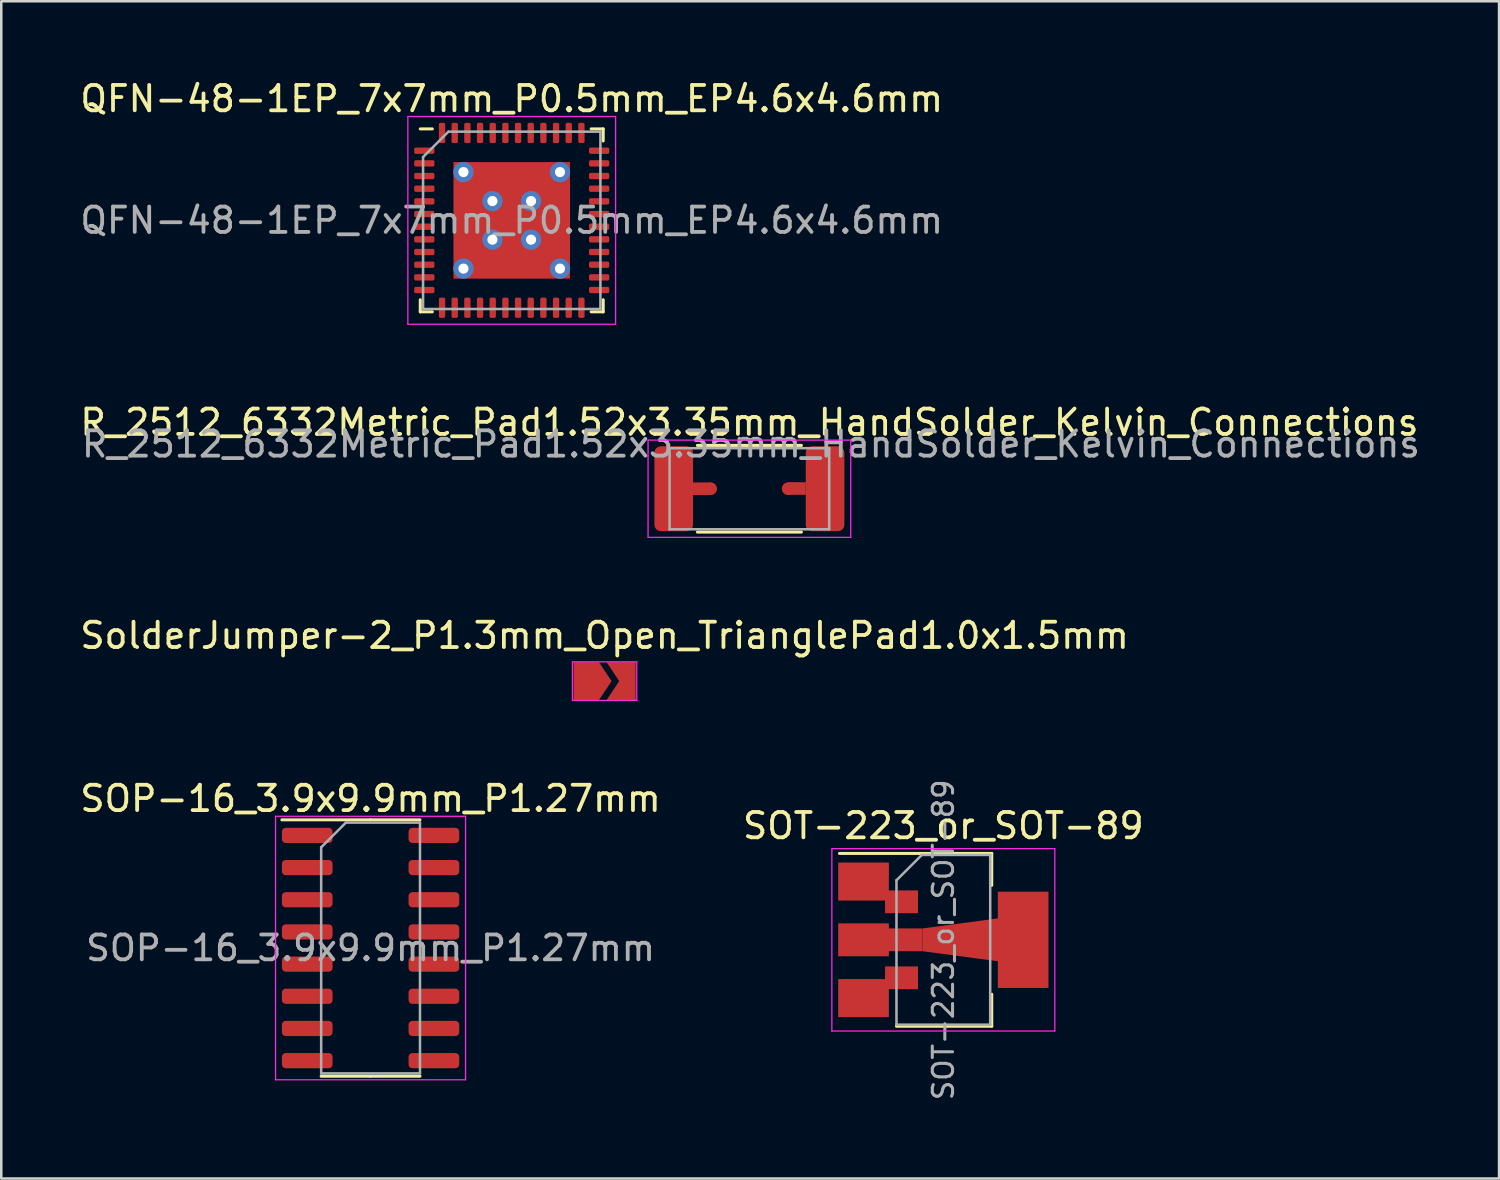
<source format=kicad_pcb>
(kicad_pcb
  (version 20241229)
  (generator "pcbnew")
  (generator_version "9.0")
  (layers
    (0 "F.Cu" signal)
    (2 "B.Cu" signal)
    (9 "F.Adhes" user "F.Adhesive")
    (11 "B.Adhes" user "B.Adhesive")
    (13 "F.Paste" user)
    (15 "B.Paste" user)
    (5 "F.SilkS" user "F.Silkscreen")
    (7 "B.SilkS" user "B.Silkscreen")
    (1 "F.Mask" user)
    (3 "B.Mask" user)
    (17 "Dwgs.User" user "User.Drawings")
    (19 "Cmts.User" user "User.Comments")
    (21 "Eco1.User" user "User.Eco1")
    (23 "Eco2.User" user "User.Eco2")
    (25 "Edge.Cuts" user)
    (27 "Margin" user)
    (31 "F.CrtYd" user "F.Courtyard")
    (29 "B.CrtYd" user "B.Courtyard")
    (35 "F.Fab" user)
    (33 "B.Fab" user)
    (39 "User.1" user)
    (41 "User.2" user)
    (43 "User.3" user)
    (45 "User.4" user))
  (footprint "SolderJumper-2_P1.3mm_Open_TrianglePad1.0x1.5mm"
    (layer "F.Cu")
    (at 20.815 23.835)
    (property "Reference" "SolderJumper-2_P1.3mm_Open_TrianglePad1.0x1.5mm" (at 0 -1.8 0) (layer "F.SilkS") (effects (font (size 1 1) (thickness 0.15))))
    (attr exclude_from_pos_files exclude_from_bom)
    (fp_line (start -1.27 -0.762) (end -1.27 0.762) (stroke (width 0.05) (type solid)) (layer "F.CrtYd"))
    (fp_line (start -1.27 -0.762) (end 1.27 -0.762) (stroke (width 0.05) (type solid)) (layer "F.CrtYd"))
    (fp_line (start 1.27 0.762) (end -1.27 0.762) (stroke (width 0.05) (type solid)) (layer "F.CrtYd"))
    (fp_line (start 1.27 0.762) (end 1.27 -0.762) (stroke (width 0.05) (type solid)) (layer "F.CrtYd"))
    (pad "1" smd custom (at -0.725 0) (size 0.3 0.3) (layers "F.Cu" "F.Mask") (options (anchor rect)) (primitives (gr_poly (pts (xy -0.5 -0.75) (xy 0.5 -0.75) (xy 1 0) (xy 0.5 0.75) (xy -0.5 0.75)) (width 0) (fill yes))))
    (pad "2" smd custom (at 0.725 0) (size 0.3 0.3) (layers "F.Cu" "F.Mask") (options (anchor rect)) (primitives (gr_poly (pts (xy -0.65 -0.75) (xy 0.5 -0.75) (xy 0.5 0.75) (xy -0.65 0.75) (xy -0.15 0)) (width 0) (fill yes)))))
  (footprint "SOP-16_3.9x9.9mm_P1.27mm"
    (layer "F.Cu")
    (at 11.577 34.37)
    (property "Reference" "SOP-16_3.9x9.9mm_P1.27mm" (at 0 -5.9 0) (layer "F.SilkS") (effects (font (size 1 1) (thickness 0.15))))
    (attr smd)
    (fp_line (start 0 -5.06) (end -3.5 -5.06) (stroke (width 0.12) (type solid)) (layer "F.SilkS"))
    (fp_line (start 0 -5.06) (end 1.95 -5.06) (stroke (width 0.12) (type solid)) (layer "F.SilkS"))
    (fp_line (start 0 5.06) (end -1.95 5.06) (stroke (width 0.12) (type solid)) (layer "F.SilkS"))
    (fp_line (start 0 5.06) (end 1.95 5.06) (stroke (width 0.12) (type solid)) (layer "F.SilkS"))
    (fp_line (start -3.75 -5.2) (end -3.75 5.2) (stroke (width 0.05) (type solid)) (layer "F.CrtYd"))
    (fp_line (start -3.75 5.2) (end 3.75 5.2) (stroke (width 0.05) (type solid)) (layer "F.CrtYd"))
    (fp_line (start 3.75 -5.2) (end -3.75 -5.2) (stroke (width 0.05) (type solid)) (layer "F.CrtYd"))
    (fp_line (start 3.75 5.2) (end 3.75 -5.2) (stroke (width 0.05) (type solid)) (layer "F.CrtYd"))
    (fp_line (start -1.95 -3.975) (end -0.975 -4.95) (stroke (width 0.1) (type solid)) (layer "F.Fab"))
    (fp_line (start -1.95 4.95) (end -1.95 -3.975) (stroke (width 0.1) (type solid)) (layer "F.Fab"))
    (fp_line (start -0.975 -4.95) (end 1.95 -4.95) (stroke (width 0.1) (type solid)) (layer "F.Fab"))
    (fp_line (start 1.95 -4.95) (end 1.95 4.95) (stroke (width 0.1) (type solid)) (layer "F.Fab"))
    (fp_line (start 1.95 4.95) (end -1.95 4.95) (stroke (width 0.1) (type solid)) (layer "F.Fab"))
    (fp_text user "${REFERENCE}" (at 0 0 0) (layer "F.Fab") (effects (font (size 0.98 0.98) (thickness 0.15))))
    (pad "1" smd roundrect (at -2.5 -4.445) (size 2 0.6) (layers "F.Cu" "F.Mask" "F.Paste") (roundrect_rratio 0.25))
    (pad "2" smd roundrect (at -2.5 -3.175) (size 2 0.6) (layers "F.Cu" "F.Mask" "F.Paste") (roundrect_rratio 0.25))
    (pad "3" smd roundrect (at -2.5 -1.905) (size 2 0.6) (layers "F.Cu" "F.Mask" "F.Paste") (roundrect_rratio 0.25))
    (pad "4" smd roundrect (at -2.5 -0.635) (size 2 0.6) (layers "F.Cu" "F.Mask" "F.Paste") (roundrect_rratio 0.25))
    (pad "5" smd roundrect (at -2.5 0.635) (size 2 0.6) (layers "F.Cu" "F.Mask" "F.Paste") (roundrect_rratio 0.25))
    (pad "6" smd roundrect (at -2.5 1.905) (size 2 0.6) (layers "F.Cu" "F.Mask" "F.Paste") (roundrect_rratio 0.25))
    (pad "7" smd roundrect (at -2.5 3.175) (size 2 0.6) (layers "F.Cu" "F.Mask" "F.Paste") (roundrect_rratio 0.25))
    (pad "8" smd roundrect (at -2.5 4.445) (size 2 0.6) (layers "F.Cu" "F.Mask" "F.Paste") (roundrect_rratio 0.25))
    (pad "9" smd roundrect (at 2.5 4.445) (size 2 0.6) (layers "F.Cu" "F.Mask" "F.Paste") (roundrect_rratio 0.25))
    (pad "10" smd roundrect (at 2.5 3.175) (size 2 0.6) (layers "F.Cu" "F.Mask" "F.Paste") (roundrect_rratio 0.25))
    (pad "11" smd roundrect (at 2.5 1.905) (size 2 0.6) (layers "F.Cu" "F.Mask" "F.Paste") (roundrect_rratio 0.25))
    (pad "12" smd roundrect (at 2.5 0.635) (size 2 0.6) (layers "F.Cu" "F.Mask" "F.Paste") (roundrect_rratio 0.25))
    (pad "13" smd roundrect (at 2.5 -0.635) (size 2 0.6) (layers "F.Cu" "F.Mask" "F.Paste") (roundrect_rratio 0.25))
    (pad "14" smd roundrect (at 2.5 -1.905) (size 2 0.6) (layers "F.Cu" "F.Mask" "F.Paste") (roundrect_rratio 0.25))
    (pad "15" smd roundrect (at 2.5 -3.175) (size 2 0.6) (layers "F.Cu" "F.Mask" "F.Paste") (roundrect_rratio 0.25))
    (pad "16" smd roundrect (at 2.5 -4.445) (size 2 0.6) (layers "F.Cu" "F.Mask" "F.Paste") (roundrect_rratio 0.25)))
  (footprint "SOT-223_or_SOT-89"
    (layer "F.Cu")
    (at 34.185 34.046)
    (property "Reference" "SOT-223_or_SOT-89" (at 0 -4.5 0) (layer "F.SilkS") (effects (font (size 1 1) (thickness 0.15))))
    (attr smd)
    (fp_line (start -4.1 -3.41) (end 1.91 -3.41) (stroke (width 0.12) (type solid)) (layer "F.SilkS"))
    (fp_line (start -1.85 3.41) (end 1.91 3.41) (stroke (width 0.12) (type solid)) (layer "F.SilkS"))
    (fp_line (start 1.91 -3.41) (end 1.91 -2.15) (stroke (width 0.12) (type solid)) (layer "F.SilkS"))
    (fp_line (start 1.91 3.41) (end 1.91 2.15) (stroke (width 0.12) (type solid)) (layer "F.SilkS"))
    (fp_line (start -4.4 -3.6) (end -4.4 3.6) (stroke (width 0.05) (type solid)) (layer "F.CrtYd"))
    (fp_line (start -4.4 3.6) (end 4.4 3.6) (stroke (width 0.05) (type solid)) (layer "F.CrtYd"))
    (fp_line (start 4.4 -3.6) (end -4.4 -3.6) (stroke (width 0.05) (type solid)) (layer "F.CrtYd"))
    (fp_line (start 4.4 3.6) (end 4.4 -3.6) (stroke (width 0.05) (type solid)) (layer "F.CrtYd"))
    (fp_line (start -1.85 -2.35) (end -1.85 3.35) (stroke (width 0.1) (type solid)) (layer "F.Fab"))
    (fp_line (start -1.85 -2.35) (end -0.85 -3.35) (stroke (width 0.1) (type solid)) (layer "F.Fab"))
    (fp_line (start -1.85 3.35) (end 1.85 3.35) (stroke (width 0.1) (type solid)) (layer "F.Fab"))
    (fp_line (start -0.85 -3.35) (end 1.85 -3.35) (stroke (width 0.1) (type solid)) (layer "F.Fab"))
    (fp_line (start 1.85 -3.35) (end 1.85 3.35) (stroke (width 0.1) (type solid)) (layer "F.Fab"))
    (fp_text user "${REFERENCE}" (at 0 0 90) (layer "F.Fab") (effects (font (size 0.8 0.8) (thickness 0.12))))
    (pad "1" smd rect (at -3.15 -2.3) (size 2 1.5) (layers "F.Cu" "F.Mask" "F.Paste"))
    (pad "1" smd rect (at -1.65 -1.5) (size 1.3 0.9) (layers "F.Cu" "F.Mask" "F.Paste"))
    (pad "2" smd rect (at -3.15 0) (size 2 1.3) (layers "F.Cu" "F.Mask" "F.Paste"))
    (pad "2" smd custom (at -1.562 0) (size 1.475 0.9) (layers "F.Cu" "F.Mask" "F.Paste") (options (anchor rect)) (primitives (gr_poly (pts (xy 0.738 -0.45) (xy 3.862 -0.867) (xy 3.862 0.867) (xy 0.738 0.45)) (width 0) (fill yes))))
    (pad "2" smd rect (at 3.15 0) (size 2 3.8) (layers "F.Cu" "F.Mask" "F.Paste"))
    (pad "3" smd rect (at -3.15 2.3) (size 2 1.5) (layers "F.Cu" "F.Mask" "F.Paste"))
    (pad "3" smd rect (at -1.65 1.5) (size 1.3 0.9) (layers "F.Cu" "F.Mask" "F.Paste")))
  (footprint "QFN-48-1EP_7x7mm_P0.5mm_EP4.6x4.6mm"
    (layer "F.Cu")
    (at 17.149 5.648)
    (property "Reference" "QFN-48-1EP_7x7mm_P0.5mm_EP4.6x4.6mm" (at 0 -4.8 0) (layer "F.SilkS") (effects (font (size 1 1) (thickness 0.15))))
    (attr smd)
    (fp_line (start -3.61 3.61) (end -3.61 3.135) (stroke (width 0.12) (type solid)) (layer "F.SilkS"))
    (fp_line (start -3.135 -3.61) (end -3.61 -3.61) (stroke (width 0.12) (type solid)) (layer "F.SilkS"))
    (fp_line (start -3.135 3.61) (end -3.61 3.61) (stroke (width 0.12) (type solid)) (layer "F.SilkS"))
    (fp_line (start 3.135 -3.61) (end 3.61 -3.61) (stroke (width 0.12) (type solid)) (layer "F.SilkS"))
    (fp_line (start 3.135 3.61) (end 3.61 3.61) (stroke (width 0.12) (type solid)) (layer "F.SilkS"))
    (fp_line (start 3.61 -3.61) (end 3.61 -3.135) (stroke (width 0.12) (type solid)) (layer "F.SilkS"))
    (fp_line (start 3.61 3.61) (end 3.61 3.135) (stroke (width 0.12) (type solid)) (layer "F.SilkS"))
    (fp_line (start -4.1 -4.1) (end -4.1 4.1) (stroke (width 0.05) (type solid)) (layer "F.CrtYd"))
    (fp_line (start -4.1 4.1) (end 4.1 4.1) (stroke (width 0.05) (type solid)) (layer "F.CrtYd"))
    (fp_line (start 4.1 -4.1) (end -4.1 -4.1) (stroke (width 0.05) (type solid)) (layer "F.CrtYd"))
    (fp_line (start 4.1 4.1) (end 4.1 -4.1) (stroke (width 0.05) (type solid)) (layer "F.CrtYd"))
    (fp_line (start -3.5 -2.5) (end -2.5 -3.5) (stroke (width 0.1) (type solid)) (layer "F.Fab"))
    (fp_line (start -3.5 3.5) (end -3.5 -2.5) (stroke (width 0.1) (type solid)) (layer "F.Fab"))
    (fp_line (start -2.5 -3.5) (end 3.5 -3.5) (stroke (width 0.1) (type solid)) (layer "F.Fab"))
    (fp_line (start 3.5 -3.5) (end 3.5 3.5) (stroke (width 0.1) (type solid)) (layer "F.Fab"))
    (fp_line (start 3.5 3.5) (end -3.5 3.5) (stroke (width 0.1) (type solid)) (layer "F.Fab"))
    (fp_text user "${REFERENCE}" (at 0 0 0) (layer "F.Fab") (effects (font (size 1 1) (thickness 0.15))))
    (pad "" smd roundrect (at -1.53 -1.53) (size 1.24 1.24) (layers "F.Paste") (roundrect_rratio 0.234))
    (pad "" smd roundrect (at -1.53 0) (size 1.24 1.24) (layers "F.Paste") (roundrect_rratio 0.234))
    (pad "" smd roundrect (at -1.53 1.53) (size 1.24 1.24) (layers "F.Paste") (roundrect_rratio 0.234))
    (pad "" smd roundrect (at 0 -1.53) (size 1.24 1.24) (layers "F.Paste") (roundrect_rratio 0.234))
    (pad "" smd roundrect (at 0 0) (size 1.24 1.24) (layers "F.Paste") (roundrect_rratio 0.234))
    (pad "" smd roundrect (at 0 1.53) (size 1.24 1.24) (layers "F.Paste") (roundrect_rratio 0.234))
    (pad "" smd roundrect (at 1.53 -1.53) (size 1.24 1.24) (layers "F.Paste") (roundrect_rratio 0.234))
    (pad "" smd roundrect (at 1.53 0) (size 1.24 1.24) (layers "F.Paste") (roundrect_rratio 0.234))
    (pad "" smd roundrect (at 1.53 1.53) (size 1.24 1.24) (layers "F.Paste") (roundrect_rratio 0.234))
    (pad "1" smd roundrect (at -3.45 -2.75) (size 0.8 0.25) (layers "F.Cu" "F.Mask" "F.Paste") (roundrect_rratio 0.25))
    (pad "2" smd roundrect (at -3.45 -2.25) (size 0.8 0.25) (layers "F.Cu" "F.Mask" "F.Paste") (roundrect_rratio 0.25))
    (pad "3" smd roundrect (at -3.45 -1.75) (size 0.8 0.25) (layers "F.Cu" "F.Mask" "F.Paste") (roundrect_rratio 0.25))
    (pad "4" smd roundrect (at -3.45 -1.25) (size 0.8 0.25) (layers "F.Cu" "F.Mask" "F.Paste") (roundrect_rratio 0.25))
    (pad "5" smd roundrect (at -3.45 -0.75) (size 0.8 0.25) (layers "F.Cu" "F.Mask" "F.Paste") (roundrect_rratio 0.25))
    (pad "6" smd roundrect (at -3.45 -0.25) (size 0.8 0.25) (layers "F.Cu" "F.Mask" "F.Paste") (roundrect_rratio 0.25))
    (pad "7" smd roundrect (at -3.45 0.25) (size 0.8 0.25) (layers "F.Cu" "F.Mask" "F.Paste") (roundrect_rratio 0.25))
    (pad "8" smd roundrect (at -3.45 0.75) (size 0.8 0.25) (layers "F.Cu" "F.Mask" "F.Paste") (roundrect_rratio 0.25))
    (pad "9" smd roundrect (at -3.45 1.25) (size 0.8 0.25) (layers "F.Cu" "F.Mask" "F.Paste") (roundrect_rratio 0.25))
    (pad "10" smd roundrect (at -3.45 1.75) (size 0.8 0.25) (layers "F.Cu" "F.Mask" "F.Paste") (roundrect_rratio 0.25))
    (pad "11" smd roundrect (at -3.45 2.25) (size 0.8 0.25) (layers "F.Cu" "F.Mask" "F.Paste") (roundrect_rratio 0.25))
    (pad "12" smd roundrect (at -3.45 2.75) (size 0.8 0.25) (layers "F.Cu" "F.Mask" "F.Paste") (roundrect_rratio 0.25))
    (pad "13" smd roundrect (at -2.75 3.45) (size 0.25 0.8) (layers "F.Cu" "F.Mask" "F.Paste") (roundrect_rratio 0.25))
    (pad "14" smd roundrect (at -2.25 3.45) (size 0.25 0.8) (layers "F.Cu" "F.Mask" "F.Paste") (roundrect_rratio 0.25))
    (pad "15" smd roundrect (at -1.75 3.45) (size 0.25 0.8) (layers "F.Cu" "F.Mask" "F.Paste") (roundrect_rratio 0.25))
    (pad "16" smd roundrect (at -1.25 3.45) (size 0.25 0.8) (layers "F.Cu" "F.Mask" "F.Paste") (roundrect_rratio 0.25))
    (pad "17" smd roundrect (at -0.75 3.45) (size 0.25 0.8) (layers "F.Cu" "F.Mask" "F.Paste") (roundrect_rratio 0.25))
    (pad "18" smd roundrect (at -0.25 3.45) (size 0.25 0.8) (layers "F.Cu" "F.Mask" "F.Paste") (roundrect_rratio 0.25))
    (pad "19" smd roundrect (at 0.25 3.45) (size 0.25 0.8) (layers "F.Cu" "F.Mask" "F.Paste") (roundrect_rratio 0.25))
    (pad "20" smd roundrect (at 0.75 3.45) (size 0.25 0.8) (layers "F.Cu" "F.Mask" "F.Paste") (roundrect_rratio 0.25))
    (pad "21" smd roundrect (at 1.25 3.45) (size 0.25 0.8) (layers "F.Cu" "F.Mask" "F.Paste") (roundrect_rratio 0.25))
    (pad "22" smd roundrect (at 1.75 3.45) (size 0.25 0.8) (layers "F.Cu" "F.Mask" "F.Paste") (roundrect_rratio 0.25))
    (pad "23" smd roundrect (at 2.25 3.45) (size 0.25 0.8) (layers "F.Cu" "F.Mask" "F.Paste") (roundrect_rratio 0.25))
    (pad "24" smd roundrect (at 2.75 3.45) (size 0.25 0.8) (layers "F.Cu" "F.Mask" "F.Paste") (roundrect_rratio 0.25))
    (pad "25" smd roundrect (at 3.45 2.75) (size 0.8 0.25) (layers "F.Cu" "F.Mask" "F.Paste") (roundrect_rratio 0.25))
    (pad "26" smd roundrect (at 3.45 2.25) (size 0.8 0.25) (layers "F.Cu" "F.Mask" "F.Paste") (roundrect_rratio 0.25))
    (pad "27" smd roundrect (at 3.45 1.75) (size 0.8 0.25) (layers "F.Cu" "F.Mask" "F.Paste") (roundrect_rratio 0.25))
    (pad "28" smd roundrect (at 3.45 1.25) (size 0.8 0.25) (layers "F.Cu" "F.Mask" "F.Paste") (roundrect_rratio 0.25))
    (pad "29" smd roundrect (at 3.45 0.75) (size 0.8 0.25) (layers "F.Cu" "F.Mask" "F.Paste") (roundrect_rratio 0.25))
    (pad "30" smd roundrect (at 3.45 0.25) (size 0.8 0.25) (layers "F.Cu" "F.Mask" "F.Paste") (roundrect_rratio 0.25))
    (pad "31" smd roundrect (at 3.45 -0.25) (size 0.8 0.25) (layers "F.Cu" "F.Mask" "F.Paste") (roundrect_rratio 0.25))
    (pad "32" smd roundrect (at 3.45 -0.75) (size 0.8 0.25) (layers "F.Cu" "F.Mask" "F.Paste") (roundrect_rratio 0.25))
    (pad "33" smd roundrect (at 3.45 -1.25) (size 0.8 0.25) (layers "F.Cu" "F.Mask" "F.Paste") (roundrect_rratio 0.25))
    (pad "34" smd roundrect (at 3.45 -1.75) (size 0.8 0.25) (layers "F.Cu" "F.Mask" "F.Paste") (roundrect_rratio 0.25))
    (pad "35" smd roundrect (at 3.45 -2.25) (size 0.8 0.25) (layers "F.Cu" "F.Mask" "F.Paste") (roundrect_rratio 0.25))
    (pad "36" smd roundrect (at 3.45 -2.75) (size 0.8 0.25) (layers "F.Cu" "F.Mask" "F.Paste") (roundrect_rratio 0.25))
    (pad "37" smd roundrect (at 2.75 -3.45) (size 0.25 0.8) (layers "F.Cu" "F.Mask" "F.Paste") (roundrect_rratio 0.25))
    (pad "38" smd roundrect (at 2.25 -3.45) (size 0.25 0.8) (layers "F.Cu" "F.Mask" "F.Paste") (roundrect_rratio 0.25))
    (pad "39" smd roundrect (at 1.75 -3.45) (size 0.25 0.8) (layers "F.Cu" "F.Mask" "F.Paste") (roundrect_rratio 0.25))
    (pad "40" smd roundrect (at 1.25 -3.45) (size 0.25 0.8) (layers "F.Cu" "F.Mask" "F.Paste") (roundrect_rratio 0.25))
    (pad "41" smd roundrect (at 0.75 -3.45) (size 0.25 0.8) (layers "F.Cu" "F.Mask" "F.Paste") (roundrect_rratio 0.25))
    (pad "42" smd roundrect (at 0.25 -3.45) (size 0.25 0.8) (layers "F.Cu" "F.Mask" "F.Paste") (roundrect_rratio 0.25))
    (pad "43" smd roundrect (at -0.25 -3.45) (size 0.25 0.8) (layers "F.Cu" "F.Mask" "F.Paste") (roundrect_rratio 0.25))
    (pad "44" smd roundrect (at -0.75 -3.45) (size 0.25 0.8) (layers "F.Cu" "F.Mask" "F.Paste") (roundrect_rratio 0.25))
    (pad "45" smd roundrect (at -1.25 -3.45) (size 0.25 0.8) (layers "F.Cu" "F.Mask" "F.Paste") (roundrect_rratio 0.25))
    (pad "46" smd roundrect (at -1.75 -3.45) (size 0.25 0.8) (layers "F.Cu" "F.Mask" "F.Paste") (roundrect_rratio 0.25))
    (pad "47" smd roundrect (at -2.25 -3.45) (size 0.25 0.8) (layers "F.Cu" "F.Mask" "F.Paste") (roundrect_rratio 0.25))
    (pad "48" smd roundrect (at -2.75 -3.45) (size 0.25 0.8) (layers "F.Cu" "F.Mask" "F.Paste") (roundrect_rratio 0.25))
    (pad "49" thru_hole circle (at -1.905 -1.905) (size 0.8 0.8) (drill 0.4) (layers "*.Cu" "F.Mask"))
    (pad "49" thru_hole circle (at -1.905 1.905) (size 0.8 0.8) (drill 0.4) (layers "*.Cu" "F.Mask"))
    (pad "49" thru_hole circle (at -0.762 -0.762) (size 0.8 0.8) (drill 0.4) (layers "*.Cu" "F.Mask"))
    (pad "49" thru_hole circle (at -0.762 0.762) (size 0.8 0.8) (drill 0.4) (layers "*.Cu" "F.Mask"))
    (pad "49" smd rect (at 0 0) (size 4.6 4.6) (layers "F.Cu" "F.Mask"))
    (pad "49" thru_hole circle (at 0.762 -0.762) (size 0.8 0.8) (drill 0.4) (layers "*.Cu" "F.Mask"))
    (pad "49" thru_hole circle (at 0.762 0.762) (size 0.8 0.8) (drill 0.4) (layers "*.Cu" "F.Mask"))
    (pad "49" thru_hole circle (at 1.905 -1.905) (size 0.8 0.8) (drill 0.4) (layers "*.Cu" "F.Mask"))
    (pad "49" thru_hole circle (at 1.905 1.905) (size 0.8 0.8) (drill 0.4) (layers "*.Cu" "F.Mask")))
  (footprint "R_2512_6332Metric_Pad1.52x3.35mm_HandSolder_Kelvin_Connections"
    (layer "F.Cu")
    (at 26.53 16.241)
    (property "Reference" "R_2512_6332Metric_Pad1.52x3.35mm_HandSolder_Kelvin_Connections" (at 0 -2.62 0) (layer "F.SilkS") (effects (font (size 1 1) (thickness 0.15))))
    (attr smd)
    (fp_poly (pts (xy -2.23 -0.249) (xy -1.524 -0.249) (xy -1.524 0.249) (xy -2.23 0.249)) (stroke (width 0) (type solid)) (fill yes) (layer "F.Cu"))
    (fp_poly (pts (xy 1.52 -0.258) (xy 2.226 -0.258) (xy 2.226 0.24) (xy 1.52 0.24)) (stroke (width 0) (type solid)) (fill yes) (layer "F.Cu"))
    (fp_line (start -2.052 -1.71) (end 2.052 -1.71) (stroke (width 0.12) (type solid)) (layer "F.SilkS"))
    (fp_line (start -2.052 1.71) (end 2.052 1.71) (stroke (width 0.12) (type solid)) (layer "F.SilkS"))
    (fp_line (start -4 -1.92) (end 4 -1.92) (stroke (width 0.05) (type solid)) (layer "F.CrtYd"))
    (fp_line (start -4 1.92) (end -4 -1.92) (stroke (width 0.05) (type solid)) (layer "F.CrtYd"))
    (fp_line (start 4 -1.92) (end 4 1.92) (stroke (width 0.05) (type solid)) (layer "F.CrtYd"))
    (fp_line (start 4 1.92) (end -4 1.92) (stroke (width 0.05) (type solid)) (layer "F.CrtYd"))
    (fp_line (start -3.15 -1.6) (end 3.15 -1.6) (stroke (width 0.1) (type solid)) (layer "F.Fab"))
    (fp_line (start -3.15 1.6) (end -3.15 -1.6) (stroke (width 0.1) (type solid)) (layer "F.Fab"))
    (fp_line (start 3.15 -1.6) (end 3.15 1.6) (stroke (width 0.1) (type solid)) (layer "F.Fab"))
    (fp_line (start 3.15 1.6) (end -3.15 1.6) (stroke (width 0.1) (type solid)) (layer "F.Fab"))
    (fp_text user "${REFERENCE}" (at 0.06 -1.76 0) (layer "F.Fab") (effects (font (size 1 1) (thickness 0.15))))
    (pad "1" smd roundrect (at -2.987 0) (size 1.525 3.35) (layers "F.Cu" "F.Mask" "F.Paste") (roundrect_rratio 0.164))
    (pad "2" smd circle (at -1.53 0) (size 0.5 0.5) (layers "F.Cu"))
    (pad "3" smd circle (at 1.53 0) (size 0.5 0.5) (layers "F.Cu"))
    (pad "4" smd roundrect (at 2.987 0) (size 1.525 3.35) (layers "F.Cu" "F.Mask" "F.Paste") (roundrect_rratio 0.164)))
  (gr_rect
    (start -3 -3)
    (end 56.12 43.469)
    (stroke (width 0.1) (type default))
    (fill no)
    (layer "Edge.Cuts")))
</source>
